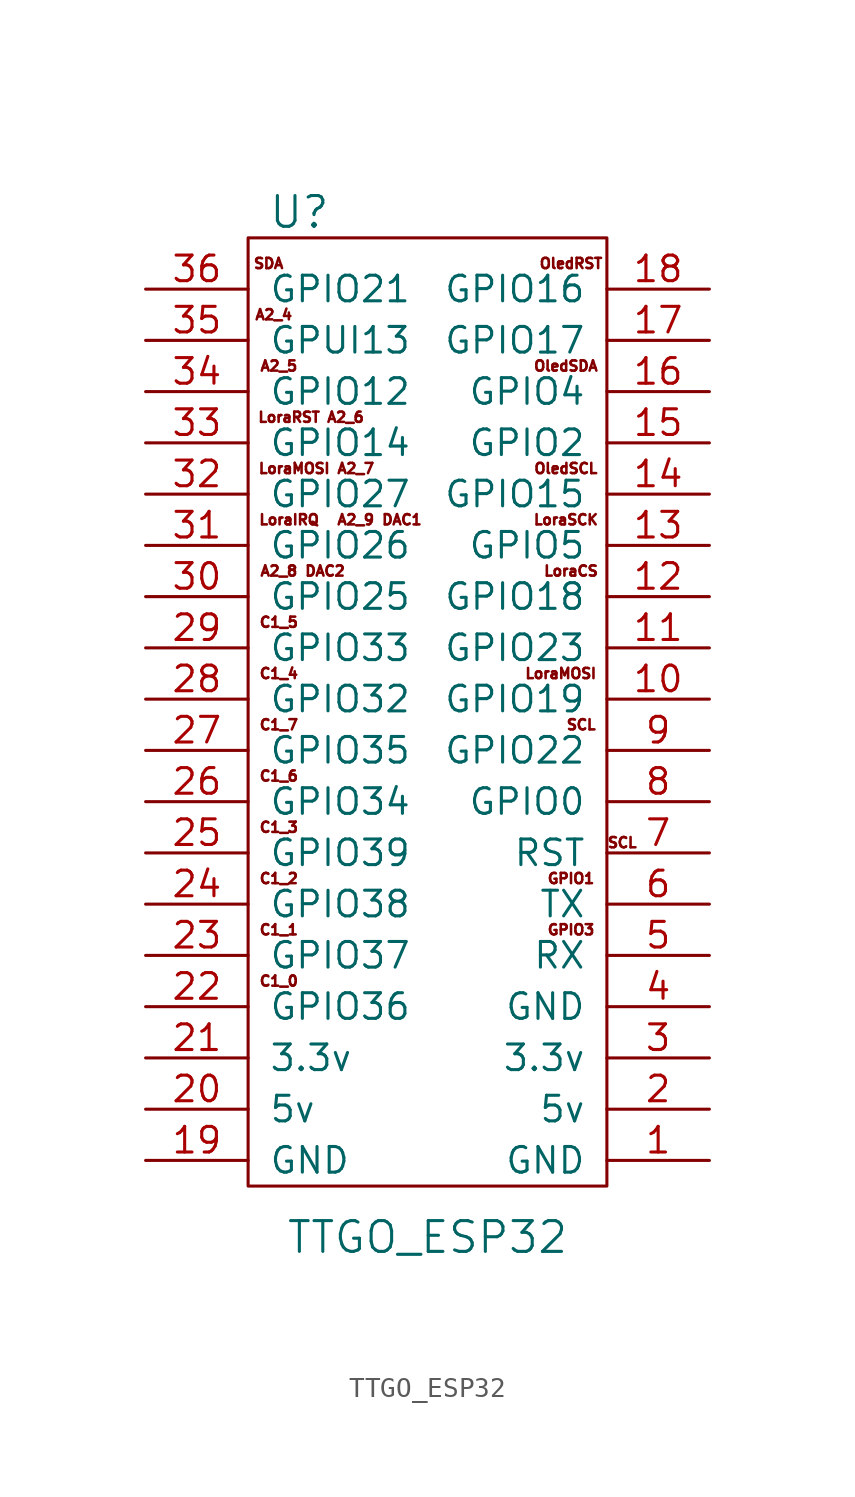
<source format=kicad_sym>
(kicad_symbol_lib
  (version 20241209)
  (generator "kicad_symbol_editor")
  (generator_version "9.0")
  (symbol "TTGO_ESP32"
    (pin_names
      (offset 1.016))
    (property "Reference" "U"
      (at 2.54 48.26 0)
      (effects (font (size 1.524 1.524))))
    (property "Value" "TTGO_ESP32"
      (at 8.89 -2.54 0)
      (effects (font (size 1.524 1.524))))
    (symbol "TTGO_ESP32_0_0"
      (text "SDA" (at 1.016 45.72 0) (effects (font (size 0.508 0.508))))
      (text "A2_4" (at 1.27 43.18 0) (effects (font (size 0.508 0.508))))
      (text "A2_5" (at 1.524 40.64 0) (effects (font (size 0.508 0.508))))
      (text "A2_8" (at 1.524 30.48 0) (effects (font (size 0.508 0.508))))
      (text "C1_5" (at 1.524 27.94 0) (effects (font (size 0.508 0.508))))
      (text "C1_4" (at 1.524 25.4 0) (effects (font (size 0.508 0.508))))
      (text "C1_7" (at 1.524 22.86 0) (effects (font (size 0.508 0.508))))
      (text "C1_6" (at 1.524 20.32 0) (effects (font (size 0.508 0.508))))
      (text "C1_3" (at 1.524 17.78 0) (effects (font (size 0.508 0.508))))
      (text "C1_2" (at 1.524 15.24 0) (effects (font (size 0.508 0.508))))
      (text "C1_1" (at 1.524 12.7 0) (effects (font (size 0.508 0.508))))
      (text "C1_0" (at 1.524 10.16 0) (effects (font (size 0.508 0.508))))
      (text "LoraRST" (at 2.032 38.1 0) (effects (font (size 0.508 0.508))))
      (text "LoraIRQ" (at 2.032 33.02 0) (effects (font (size 0.508 0.508))))
      (text "LoraMOSI" (at 2.286 35.56 0) (effects (font (size 0.508 0.508))))
      (text "DAC2" (at 3.81 30.48 0) (effects (font (size 0.508 0.508))))
      (text "A2_6" (at 4.826 38.1 0) (effects (font (size 0.508 0.508))))
      (text "A2_7" (at 5.334 35.56 0) (effects (font (size 0.508 0.508))))
      (text "A2_9" (at 5.334 33.02 0) (effects (font (size 0.508 0.508))))
      (text "DAC1" (at 7.62 33.02 0) (effects (font (size 0.508 0.508))))
      (text "LoraMOSI" (at 15.494 25.4 0) (effects (font (size 0.508 0.508))))
      (text "OledSDA" (at 15.748 40.64 0) (effects (font (size 0.508 0.508))))
      (text "OledSCL" (at 15.748 35.56 0) (effects (font (size 0.508 0.508))))
      (text "LoraSCK" (at 15.748 33.02 0) (effects (font (size 0.508 0.508))))
      (text "OledRST" (at 16.002 45.72 0) (effects (font (size 0.508 0.508))))
      (text "LoraCS" (at 16.002 30.48 0) (effects (font (size 0.508 0.508))))
      (text "GPIO1" (at 16.002 15.24 0) (effects (font (size 0.508 0.508))))
      (text "GPIO3" (at 16.002 12.7 0) (effects (font (size 0.508 0.508))))
      (text "SCL" (at 16.51 22.86 0) (effects (font (size 0.508 0.508))))
      (text "SCL" (at 18.542 17.018 0) (effects (font (size 0.508 0.508)))))
    (symbol "TTGO_ESP32_0_1"
      (rectangle (start 0 46.99) (end 17.78 0) (stroke (width 0) (type solid)) (fill (type none))))
    (symbol "TTGO_ESP32_1_1"
      (pin unspecified line (at -5.08 44.45 0) (length 5.08) (name "GPIO21" (effects (font (size 1.27 1.27)))) (number "36" (effects (font (size 1.27 1.27)))))
      (pin unspecified line (at -5.08 41.91 0) (length 5.08) (name "GPUI13" (effects (font (size 1.27 1.27)))) (number "35" (effects (font (size 1.27 1.27)))))
      (pin unspecified line (at -5.08 39.37 0) (length 5.08) (name "GPIO12" (effects (font (size 1.27 1.27)))) (number "34" (effects (font (size 1.27 1.27)))))
      (pin unspecified line (at -5.08 36.83 0) (length 5.08) (name "GPIO14" (effects (font (size 1.27 1.27)))) (number "33" (effects (font (size 1.27 1.27)))))
      (pin unspecified line (at -5.08 34.29 0) (length 5.08) (name "GPIO27" (effects (font (size 1.27 1.27)))) (number "32" (effects (font (size 1.27 1.27)))))
      (pin unspecified line (at -5.08 31.75 0) (length 5.08) (name "GPIO26" (effects (font (size 1.27 1.27)))) (number "31" (effects (font (size 1.27 1.27)))))
      (pin unspecified line (at -5.08 29.21 0) (length 5.08) (name "GPIO25" (effects (font (size 1.27 1.27)))) (number "30" (effects (font (size 1.27 1.27)))))
      (pin unspecified line (at -5.08 26.67 0) (length 5.08) (name "GPIO33" (effects (font (size 1.27 1.27)))) (number "29" (effects (font (size 1.27 1.27)))))
      (pin unspecified line (at -5.08 24.13 0) (length 5.08) (name "GPIO32" (effects (font (size 1.27 1.27)))) (number "28" (effects (font (size 1.27 1.27)))))
      (pin unspecified line (at -5.08 21.59 0) (length 5.08) (name "GPIO35" (effects (font (size 1.27 1.27)))) (number "27" (effects (font (size 1.27 1.27)))))
      (pin unspecified line (at -5.08 19.05 0) (length 5.08) (name "GPIO34" (effects (font (size 1.27 1.27)))) (number "26" (effects (font (size 1.27 1.27)))))
      (pin unspecified line (at -5.08 16.51 0) (length 5.08) (name "GPIO39" (effects (font (size 1.27 1.27)))) (number "25" (effects (font (size 1.27 1.27)))))
      (pin unspecified line (at -5.08 13.97 0) (length 5.08) (name "GPIO38" (effects (font (size 1.27 1.27)))) (number "24" (effects (font (size 1.27 1.27)))))
      (pin unspecified line (at -5.08 11.43 0) (length 5.08) (name "GPIO37" (effects (font (size 1.27 1.27)))) (number "23" (effects (font (size 1.27 1.27)))))
      (pin unspecified line (at -5.08 8.89 0) (length 5.08) (name "GPIO36" (effects (font (size 1.27 1.27)))) (number "22" (effects (font (size 1.27 1.27)))))
      (pin unspecified line (at -5.08 6.35 0) (length 5.08) (name "3.3v" (effects (font (size 1.27 1.27)))) (number "21" (effects (font (size 1.27 1.27)))))
      (pin unspecified line (at -5.08 3.81 0) (length 5.08) (name "5v" (effects (font (size 1.27 1.27)))) (number "20" (effects (font (size 1.27 1.27)))))
      (pin unspecified line (at -5.08 1.27 0) (length 5.08) (name "GND" (effects (font (size 1.27 1.27)))) (number "19" (effects (font (size 1.27 1.27)))))
      (pin unspecified line (at 22.86 44.45 180) (length 5.08) (name "GPIO16" (effects (font (size 1.27 1.27)))) (number "18" (effects (font (size 1.27 1.27)))))
      (pin unspecified line (at 22.86 41.91 180) (length 5.08) (name "GPIO17" (effects (font (size 1.27 1.27)))) (number "17" (effects (font (size 1.27 1.27)))))
      (pin unspecified line (at 22.86 39.37 180) (length 5.08) (name "GPIO4" (effects (font (size 1.27 1.27)))) (number "16" (effects (font (size 1.27 1.27)))))
      (pin unspecified line (at 22.86 36.83 180) (length 5.08) (name "GPIO2" (effects (font (size 1.27 1.27)))) (number "15" (effects (font (size 1.27 1.27)))))
      (pin unspecified line (at 22.86 34.29 180) (length 5.08) (name "GPIO15" (effects (font (size 1.27 1.27)))) (number "14" (effects (font (size 1.27 1.27)))))
      (pin unspecified line (at 22.86 31.75 180) (length 5.08) (name "GPIO5" (effects (font (size 1.27 1.27)))) (number "13" (effects (font (size 1.27 1.27)))))
      (pin unspecified line (at 22.86 29.21 180) (length 5.08) (name "GPIO18" (effects (font (size 1.27 1.27)))) (number "12" (effects (font (size 1.27 1.27)))))
      (pin unspecified line (at 22.86 26.67 180) (length 5.08) (name "GPIO23" (effects (font (size 1.27 1.27)))) (number "11" (effects (font (size 1.27 1.27)))))
      (pin unspecified line (at 22.86 24.13 180) (length 5.08) (name "GPIO19" (effects (font (size 1.27 1.27)))) (number "10" (effects (font (size 1.27 1.27)))))
      (pin unspecified line (at 22.86 21.59 180) (length 5.08) (name "GPIO22" (effects (font (size 1.27 1.27)))) (number "9" (effects (font (size 1.27 1.27)))))
      (pin unspecified line (at 22.86 19.05 180) (length 5.08) (name "GPIO0" (effects (font (size 1.27 1.27)))) (number "8" (effects (font (size 1.27 1.27)))))
      (pin unspecified line (at 22.86 16.51 180) (length 5.08) (name "RST" (effects (font (size 1.27 1.27)))) (number "7" (effects (font (size 1.27 1.27)))))
      (pin unspecified line (at 22.86 13.97 180) (length 5.08) (name "TX" (effects (font (size 1.27 1.27)))) (number "6" (effects (font (size 1.27 1.27)))))
      (pin unspecified line (at 22.86 11.43 180) (length 5.08) (name "RX" (effects (font (size 1.27 1.27)))) (number "5" (effects (font (size 1.27 1.27)))))
      (pin unspecified line (at 22.86 8.89 180) (length 5.08) (name "GND" (effects (font (size 1.27 1.27)))) (number "4" (effects (font (size 1.27 1.27)))))
      (pin unspecified line (at 22.86 6.35 180) (length 5.08) (name "3.3v" (effects (font (size 1.27 1.27)))) (number "3" (effects (font (size 1.27 1.27)))))
      (pin unspecified line (at 22.86 3.81 180) (length 5.08) (name "5v" (effects (font (size 1.27 1.27)))) (number "2" (effects (font (size 1.27 1.27)))))
      (pin unspecified line (at 22.86 1.27 180) (length 5.08) (name "GND" (effects (font (size 1.27 1.27)))) (number "1" (effects (font (size 1.27 1.27))))))))
</source>
